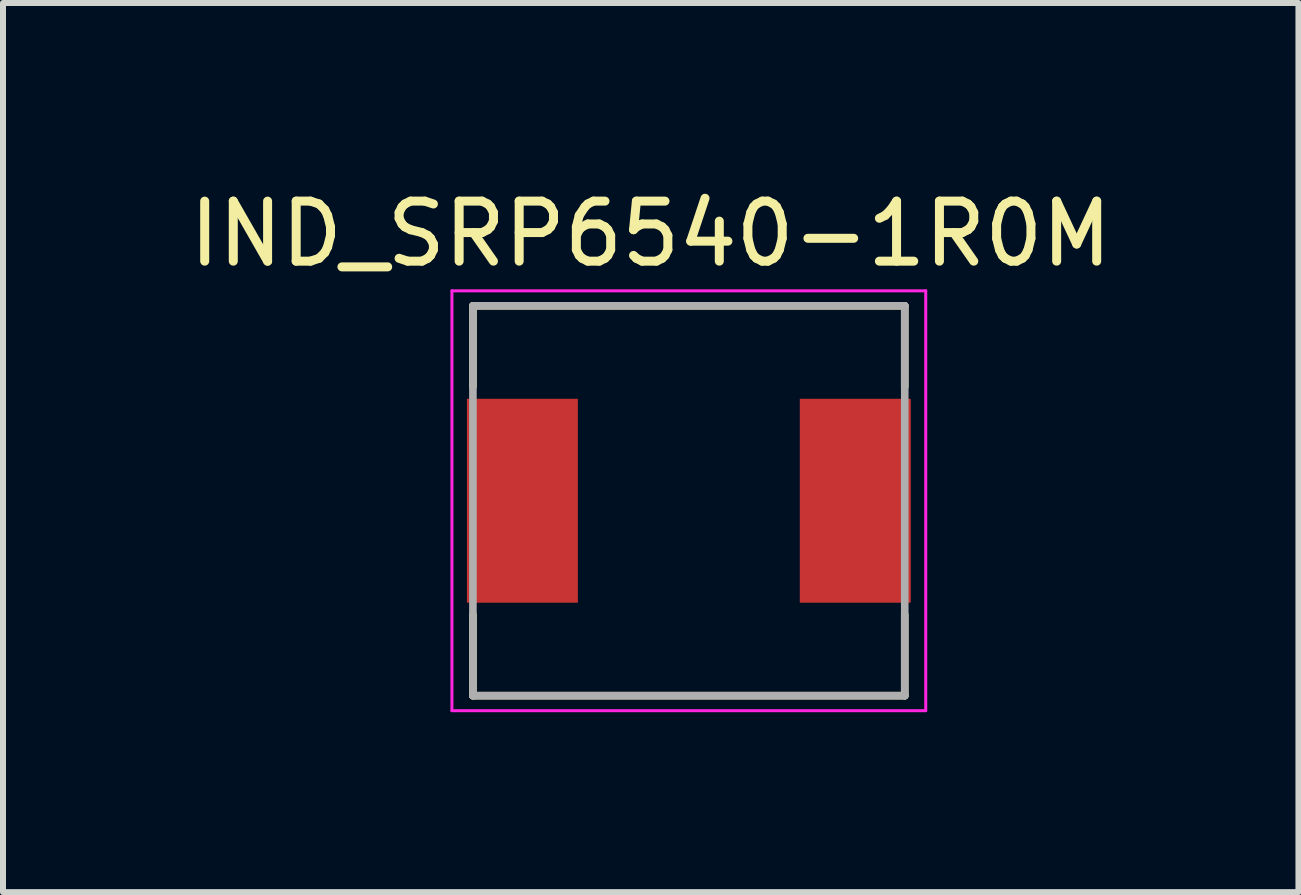
<source format=kicad_pcb>
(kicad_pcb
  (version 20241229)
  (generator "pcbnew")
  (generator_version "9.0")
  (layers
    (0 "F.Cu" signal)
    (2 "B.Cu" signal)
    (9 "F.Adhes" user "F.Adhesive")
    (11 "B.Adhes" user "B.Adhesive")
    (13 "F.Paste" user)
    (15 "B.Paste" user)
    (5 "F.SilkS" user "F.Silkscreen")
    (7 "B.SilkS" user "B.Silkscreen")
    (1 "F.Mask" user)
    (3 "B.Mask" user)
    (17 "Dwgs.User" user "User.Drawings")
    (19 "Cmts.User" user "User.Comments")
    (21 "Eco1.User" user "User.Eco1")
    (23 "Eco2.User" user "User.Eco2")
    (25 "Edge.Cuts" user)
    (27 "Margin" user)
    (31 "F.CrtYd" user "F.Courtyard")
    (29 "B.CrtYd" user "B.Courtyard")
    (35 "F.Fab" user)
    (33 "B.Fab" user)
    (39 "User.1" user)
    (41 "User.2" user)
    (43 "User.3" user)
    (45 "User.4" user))
  (footprint "IND_SRP6540-1R0M"
    (layer "F.Cu")
    (at 8.435 5.299)
    (property "Reference" "IND_SRP6540-1R0M" (at -0.636 -4.45 0) (layer "F.SilkS") (effects (font (size 1.001 1.001) (thickness 0.15))))
    (attr smd)
    (fp_line (start -3.6 -3.25) (end 3.6 -3.25) (stroke (width 0.127) (type solid)) (layer "F.SilkS"))
    (fp_line (start -3.6 -1.9) (end -3.6 -3.25) (stroke (width 0.127) (type solid)) (layer "F.SilkS"))
    (fp_line (start -3.6 3.25) (end -3.6 1.9) (stroke (width 0.127) (type solid)) (layer "F.SilkS"))
    (fp_line (start 3.6 -3.25) (end 3.6 -1.9) (stroke (width 0.127) (type solid)) (layer "F.SilkS"))
    (fp_line (start 3.6 1.9) (end 3.6 3.25) (stroke (width 0.127) (type solid)) (layer "F.SilkS"))
    (fp_line (start 3.6 3.25) (end -3.6 3.25) (stroke (width 0.127) (type solid)) (layer "F.SilkS"))
    (fp_line (start -3.95 -3.5) (end 3.95 -3.5) (stroke (width 0.05) (type solid)) (layer "F.CrtYd"))
    (fp_line (start -3.95 3.5) (end -3.95 -3.5) (stroke (width 0.05) (type solid)) (layer "F.CrtYd"))
    (fp_line (start 3.95 -3.5) (end 3.95 3.5) (stroke (width 0.05) (type solid)) (layer "F.CrtYd"))
    (fp_line (start 3.95 3.5) (end -3.95 3.5) (stroke (width 0.05) (type solid)) (layer "F.CrtYd"))
    (fp_line (start -3.6 -3.25) (end 3.6 -3.25) (stroke (width 0.127) (type solid)) (layer "F.Fab"))
    (fp_line (start -3.6 3.25) (end -3.6 -3.25) (stroke (width 0.127) (type solid)) (layer "F.Fab"))
    (fp_line (start 3.6 -3.25) (end 3.6 3.25) (stroke (width 0.127) (type solid)) (layer "F.Fab"))
    (fp_line (start 3.6 3.25) (end -3.6 3.25) (stroke (width 0.127) (type solid)) (layer "F.Fab"))
    (pad "1" smd rect (at -2.775 0) (size 1.85 3.4) (layers "F.Cu" "F.Mask" "F.Paste"))
    (pad "2" smd rect (at 2.775 0) (size 1.85 3.4) (layers "F.Cu" "F.Mask" "F.Paste")))
  (gr_rect
    (start -3 -3)
    (end 18.599 11.824)
    (stroke (width 0.1) (type default))
    (fill no)
    (layer "Edge.Cuts")))
</source>
